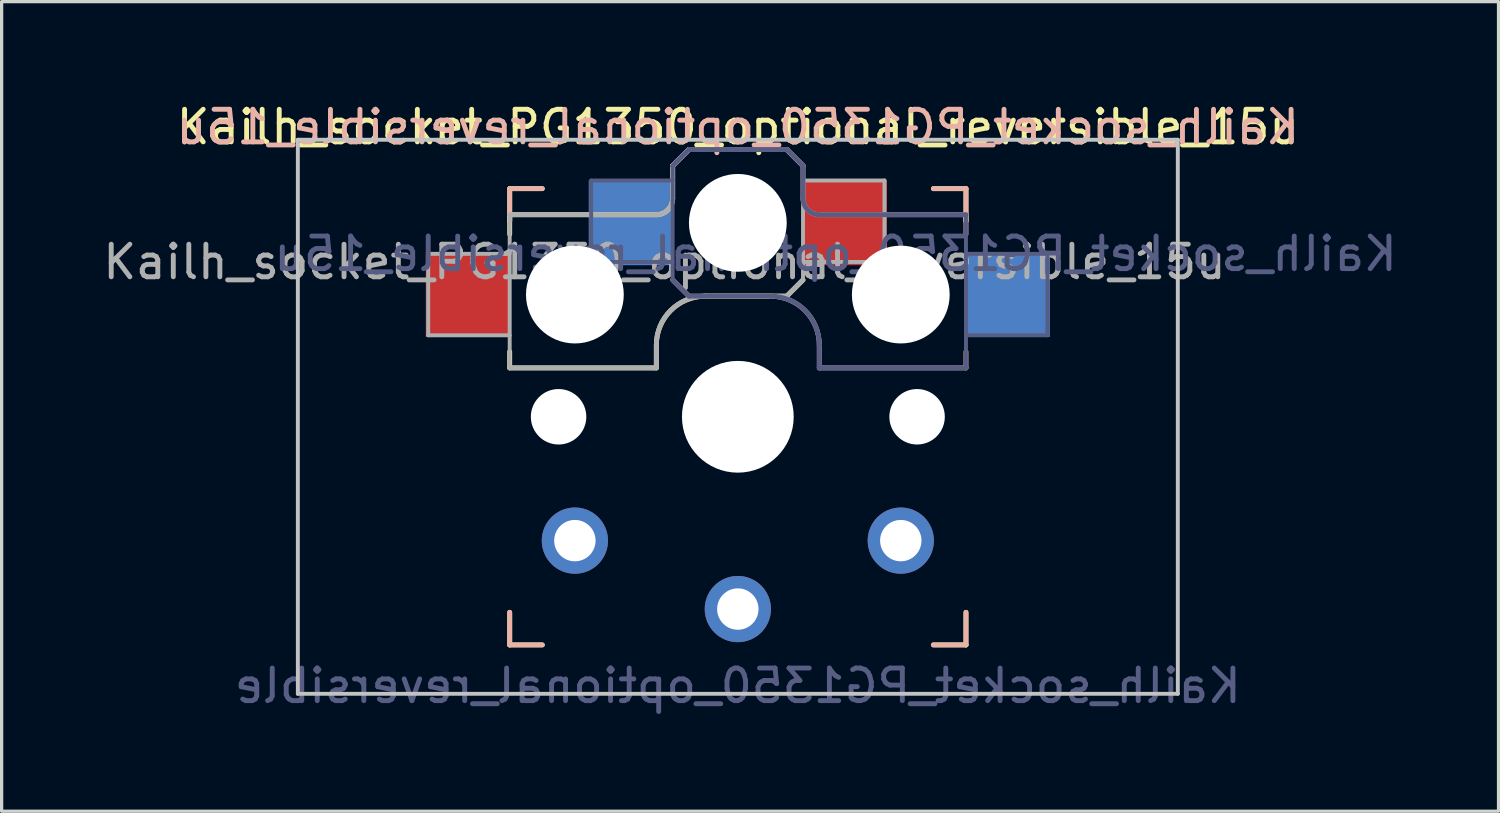
<source format=kicad_pcb>
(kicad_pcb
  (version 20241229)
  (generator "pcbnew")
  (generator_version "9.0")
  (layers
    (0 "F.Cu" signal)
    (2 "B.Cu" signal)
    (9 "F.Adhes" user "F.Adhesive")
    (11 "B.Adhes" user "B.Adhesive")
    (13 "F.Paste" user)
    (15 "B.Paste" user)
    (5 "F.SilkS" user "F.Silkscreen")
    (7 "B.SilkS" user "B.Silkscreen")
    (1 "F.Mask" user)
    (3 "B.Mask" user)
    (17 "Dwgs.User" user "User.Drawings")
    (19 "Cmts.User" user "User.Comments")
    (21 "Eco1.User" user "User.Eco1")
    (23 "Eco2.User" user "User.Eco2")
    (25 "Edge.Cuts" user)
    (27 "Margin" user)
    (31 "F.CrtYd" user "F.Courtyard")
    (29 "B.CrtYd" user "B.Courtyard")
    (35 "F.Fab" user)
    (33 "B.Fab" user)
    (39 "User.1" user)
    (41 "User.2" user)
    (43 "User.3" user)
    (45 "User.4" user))
  (footprint "Kailh_socket_PG1350_optional_reversible_15u"
    (layer "F.Cu")
    (at 19.589 9.738)
    (property "Reference" "Kailh_socket_PG1350_optional_reversible_15u" (at 0 -8.89 0) (layer "F.SilkS") (effects (font (size 1 1) (thickness 0.15))))
    (property "Value" "Kailh_socket_PG1350_optional_reversible" (at 0 8.255 0) (layer "F.Fab") (hide yes) (effects (font (size 1 1) (thickness 0.15))))
    (attr through_hole)
    (fp_line (start -7 -7) (end -6 -7) (stroke (width 0.15) (type solid)) (layer "F.SilkS"))
    (fp_line (start -7 -6.2) (end -2.5 -6.2) (stroke (width 0.15) (type solid)) (layer "F.SilkS"))
    (fp_line (start -7 -6) (end -7 -7) (stroke (width 0.15) (type solid)) (layer "F.SilkS"))
    (fp_line (start -7 -5.6) (end -7 -6.2) (stroke (width 0.15) (type solid)) (layer "F.SilkS"))
    (fp_line (start -7 -1.5) (end -7 -2) (stroke (width 0.15) (type solid)) (layer "F.SilkS"))
    (fp_line (start -7 7) (end -7 6) (stroke (width 0.15) (type solid)) (layer "F.SilkS"))
    (fp_line (start -6 7) (end -7 7) (stroke (width 0.15) (type solid)) (layer "F.SilkS"))
    (fp_line (start -2.5 -2.2) (end -2.5 -1.5) (stroke (width 0.15) (type solid)) (layer "F.SilkS"))
    (fp_line (start -2.5 -1.5) (end -7 -1.5) (stroke (width 0.15) (type solid)) (layer "F.SilkS"))
    (fp_line (start -2 -6.7) (end -2 -7.7) (stroke (width 0.15) (type solid)) (layer "F.SilkS"))
    (fp_line (start -1.5 -8.2) (end -2 -7.7) (stroke (width 0.15) (type solid)) (layer "F.SilkS"))
    (fp_line (start 1.5 -8.2) (end -1.5 -8.2) (stroke (width 0.15) (type solid)) (layer "F.SilkS"))
    (fp_line (start 1.5 -3.7) (end -1 -3.7) (stroke (width 0.15) (type solid)) (layer "F.SilkS"))
    (fp_line (start 2 -7.7) (end 1.5 -8.2) (stroke (width 0.15) (type solid)) (layer "F.SilkS"))
    (fp_line (start 2 -4.2) (end 1.5 -3.7) (stroke (width 0.15) (type solid)) (layer "F.SilkS"))
    (fp_line (start 6 -7) (end 7 -7) (stroke (width 0.15) (type solid)) (layer "F.SilkS"))
    (fp_line (start 7 -7) (end 7 -6) (stroke (width 0.15) (type solid)) (layer "F.SilkS"))
    (fp_line (start 7 6) (end 7 7) (stroke (width 0.15) (type solid)) (layer "F.SilkS"))
    (fp_line (start 7 7) (end 6 7) (stroke (width 0.15) (type solid)) (layer "F.SilkS"))
    (fp_arc (start -2.5 -2.2) (mid -2.06066 -3.26066) (end -1 -3.7) (stroke (width 0.15) (type solid)) (layer "F.SilkS"))
    (fp_arc (start -2 -6.7) (mid -2.146447 -6.346447) (end -2.5 -6.2) (stroke (width 0.15) (type solid)) (layer "F.SilkS"))
    (fp_line (start -7 -7) (end -6 -7) (stroke (width 0.15) (type solid)) (layer "B.SilkS"))
    (fp_line (start -7 -6) (end -7 -7) (stroke (width 0.15) (type solid)) (layer "B.SilkS"))
    (fp_line (start -7 7) (end -7 6) (stroke (width 0.15) (type solid)) (layer "B.SilkS"))
    (fp_line (start -6 7) (end -7 7) (stroke (width 0.15) (type solid)) (layer "B.SilkS"))
    (fp_line (start -2 -7.7) (end -1.5 -8.2) (stroke (width 0.15) (type solid)) (layer "B.SilkS"))
    (fp_line (start -2 -4.2) (end -1.5 -3.7) (stroke (width 0.15) (type solid)) (layer "B.SilkS"))
    (fp_line (start -1.5 -8.2) (end 1.5 -8.2) (stroke (width 0.15) (type solid)) (layer "B.SilkS"))
    (fp_line (start -1.5 -3.7) (end 1 -3.7) (stroke (width 0.15) (type solid)) (layer "B.SilkS"))
    (fp_line (start 1.5 -8.2) (end 2 -7.7) (stroke (width 0.15) (type solid)) (layer "B.SilkS"))
    (fp_line (start 2 -6.7) (end 2 -7.7) (stroke (width 0.15) (type solid)) (layer "B.SilkS"))
    (fp_line (start 2.5 -2.2) (end 2.5 -1.5) (stroke (width 0.15) (type solid)) (layer "B.SilkS"))
    (fp_line (start 2.5 -1.5) (end 7 -1.5) (stroke (width 0.15) (type solid)) (layer "B.SilkS"))
    (fp_line (start 6 -7) (end 7 -7) (stroke (width 0.15) (type solid)) (layer "B.SilkS"))
    (fp_line (start 7 -7) (end 7 -6) (stroke (width 0.15) (type solid)) (layer "B.SilkS"))
    (fp_line (start 7 -6.2) (end 2.5 -6.2) (stroke (width 0.15) (type solid)) (layer "B.SilkS"))
    (fp_line (start 7 -5.6) (end 7 -6.2) (stroke (width 0.15) (type solid)) (layer "B.SilkS"))
    (fp_line (start 7 -1.5) (end 7 -2) (stroke (width 0.15) (type solid)) (layer "B.SilkS"))
    (fp_line (start 7 6) (end 7 7) (stroke (width 0.15) (type solid)) (layer "B.SilkS"))
    (fp_line (start 7 7) (end 6 7) (stroke (width 0.15) (type solid)) (layer "B.SilkS"))
    (fp_arc (start 1 -3.7) (mid 2.06066 -3.26066) (end 2.5 -2.2) (stroke (width 0.15) (type solid)) (layer "B.SilkS"))
    (fp_arc (start 2.5 -6.2) (mid 2.146447 -6.346447) (end 2 -6.7) (stroke (width 0.15) (type solid)) (layer "B.SilkS"))
    (fp_line (start -13.5 -8.5) (end -13.5 8.5) (stroke (width 0.12) (type solid)) (layer "Dwgs.User"))
    (fp_line (start -13.5 -8.5) (end 13.5 -8.5) (stroke (width 0.12) (type solid)) (layer "Dwgs.User"))
    (fp_line (start 13.5 -8.5) (end 13.5 8.5) (stroke (width 0.12) (type solid)) (layer "Dwgs.User"))
    (fp_line (start 13.5 8.5) (end -13.5 8.5) (stroke (width 0.12) (type solid)) (layer "Dwgs.User"))
    (fp_line (start -2.6 -3.1) (end -2.6 -6.3) (stroke (width 0.15) (type solid)) (layer "Eco2.User"))
    (fp_line (start -2.6 -3.1) (end 2.6 -3.1) (stroke (width 0.15) (type solid)) (layer "Eco2.User"))
    (fp_line (start 2.6 -6.3) (end -2.6 -6.3) (stroke (width 0.15) (type solid)) (layer "Eco2.User"))
    (fp_line (start 2.6 -3.1) (end 2.6 -6.3) (stroke (width 0.15) (type solid)) (layer "Eco2.User"))
    (fp_line (start -4.5 -7.25) (end -2 -7.25) (stroke (width 0.12) (type solid)) (layer "B.Fab"))
    (fp_line (start -4.5 -4.75) (end -4.5 -7.25) (stroke (width 0.12) (type solid)) (layer "B.Fab"))
    (fp_line (start -2 -7.7) (end -1.5 -8.2) (stroke (width 0.15) (type solid)) (layer "B.Fab"))
    (fp_line (start -2 -4.75) (end -4.5 -4.75) (stroke (width 0.12) (type solid)) (layer "B.Fab"))
    (fp_line (start -2 -4.25) (end -2 -7.7) (stroke (width 0.12) (type solid)) (layer "B.Fab"))
    (fp_line (start -2 -4.2) (end -1.5 -3.7) (stroke (width 0.15) (type solid)) (layer "B.Fab"))
    (fp_line (start -1.5 -8.2) (end 1.5 -8.2) (stroke (width 0.15) (type solid)) (layer "B.Fab"))
    (fp_line (start -1.5 -3.7) (end 1 -3.7) (stroke (width 0.15) (type solid)) (layer "B.Fab"))
    (fp_line (start 1.5 -8.2) (end 2 -7.7) (stroke (width 0.15) (type solid)) (layer "B.Fab"))
    (fp_line (start 2 -6.7) (end 2 -7.7) (stroke (width 0.15) (type solid)) (layer "B.Fab"))
    (fp_line (start 2.5 -2.2) (end 2.5 -1.5) (stroke (width 0.15) (type solid)) (layer "B.Fab"))
    (fp_line (start 2.5 -1.5) (end 7 -1.5) (stroke (width 0.15) (type solid)) (layer "B.Fab"))
    (fp_line (start 7 -6.2) (end 2.5 -6.2) (stroke (width 0.15) (type solid)) (layer "B.Fab"))
    (fp_line (start 7 -5) (end 9.5 -5) (stroke (width 0.12) (type solid)) (layer "B.Fab"))
    (fp_line (start 7 -1.5) (end 7 -6.2) (stroke (width 0.12) (type solid)) (layer "B.Fab"))
    (fp_line (start 9.5 -5) (end 9.5 -2.5) (stroke (width 0.12) (type solid)) (layer "B.Fab"))
    (fp_line (start 9.5 -2.5) (end 7 -2.5) (stroke (width 0.12) (type solid)) (layer "B.Fab"))
    (fp_arc (start 1 -3.7) (mid 2.06066 -3.26066) (end 2.5 -2.2) (stroke (width 0.15) (type solid)) (layer "B.Fab"))
    (fp_arc (start 2.5 -6.2) (mid 2.146447 -6.346447) (end 2 -6.7) (stroke (width 0.15) (type solid)) (layer "B.Fab"))
    (fp_line (start -9.5 -5) (end -9.5 -2.5) (stroke (width 0.12) (type solid)) (layer "F.Fab"))
    (fp_line (start -9.5 -2.5) (end -7 -2.5) (stroke (width 0.12) (type solid)) (layer "F.Fab"))
    (fp_line (start -7 -6.2) (end -2.5 -6.2) (stroke (width 0.15) (type solid)) (layer "F.Fab"))
    (fp_line (start -7 -5) (end -9.5 -5) (stroke (width 0.12) (type solid)) (layer "F.Fab"))
    (fp_line (start -7 -1.5) (end -7 -6.2) (stroke (width 0.12) (type solid)) (layer "F.Fab"))
    (fp_line (start -2.5 -2.2) (end -2.5 -1.5) (stroke (width 0.15) (type solid)) (layer "F.Fab"))
    (fp_line (start -2.5 -1.5) (end -7 -1.5) (stroke (width 0.15) (type solid)) (layer "F.Fab"))
    (fp_line (start -2 -6.7) (end -2 -7.7) (stroke (width 0.15) (type solid)) (layer "F.Fab"))
    (fp_line (start -1.5 -8.2) (end -2 -7.7) (stroke (width 0.15) (type solid)) (layer "F.Fab"))
    (fp_line (start 1.5 -8.2) (end -1.5 -8.2) (stroke (width 0.15) (type solid)) (layer "F.Fab"))
    (fp_line (start 1.5 -3.7) (end -1 -3.7) (stroke (width 0.15) (type solid)) (layer "F.Fab"))
    (fp_line (start 2 -7.7) (end 1.5 -8.2) (stroke (width 0.15) (type solid)) (layer "F.Fab"))
    (fp_line (start 2 -4.75) (end 4.5 -4.75) (stroke (width 0.12) (type solid)) (layer "F.Fab"))
    (fp_line (start 2 -4.25) (end 2 -7.7) (stroke (width 0.12) (type solid)) (layer "F.Fab"))
    (fp_line (start 2 -4.2) (end 1.5 -3.7) (stroke (width 0.15) (type solid)) (layer "F.Fab"))
    (fp_line (start 4.5 -7.25) (end 2 -7.25) (stroke (width 0.12) (type solid)) (layer "F.Fab"))
    (fp_line (start 4.5 -4.75) (end 4.5 -7.25) (stroke (width 0.12) (type solid)) (layer "F.Fab"))
    (fp_arc (start -2.5 -2.2) (mid -2.06066 -3.26066) (end -1 -3.7) (stroke (width 0.15) (type solid)) (layer "F.Fab"))
    (fp_arc (start -2 -6.7) (mid -2.146447 -6.346447) (end -2.5 -6.2) (stroke (width 0.15) (type solid)) (layer "F.Fab"))
    (fp_text user "${REFERENCE}" (at 0 -8.89 0) (layer "B.SilkS") (effects (font (size 1 1) (thickness 0.15)) (justify mirror)))
    (fp_text user "${VALUE}" (at 0 8.255 0) (layer "B.Fab") (effects (font (size 1 1) (thickness 0.15)) (justify mirror)))
    (fp_text user "${REFERENCE}" (at 3 -5 180) (layer "B.Fab") (effects (font (size 1 1) (thickness 0.15)) (justify mirror)))
    (fp_text user "${REFERENCE}" (at -2.25 -4.75 0) (layer "F.Fab") (effects (font (size 1 1) (thickness 0.15))))
    (pad "" np_thru_hole circle (at -5.5 0) (size 1.702 1.702) (drill 1.702) (layers "*.Cu" "*.Mask"))
    (pad "" np_thru_hole circle (at -5 -3.75) (size 3 3) (drill 3) (layers "*.Cu" "*.Mask"))
    (pad "" np_thru_hole circle (at 0 -5.95) (size 3 3) (drill 3) (layers "*.Cu" "*.Mask"))
    (pad "" np_thru_hole circle (at 0 0) (size 3.429 3.429) (drill 3.429) (layers "*.Cu" "*.Mask"))
    (pad "" np_thru_hole circle (at 5 -3.75) (size 3 3) (drill 3) (layers "*.Cu" "*.Mask"))
    (pad "" np_thru_hole circle (at 5.5 0) (size 1.702 1.702) (drill 1.702) (layers "*.Cu" "*.Mask"))
    (pad "1" smd rect (at -3.275 -5.95) (size 2.6 2.6) (layers "B.Cu" "B.Mask" "B.Paste"))
    (pad "1" thru_hole circle (at 0 5.9) (size 2.032 2.032) (drill 1.27) (layers "*.Cu" "*.Mask"))
    (pad "1" smd rect (at 3.275 -5.95) (size 2.6 2.6) (layers "F.Cu" "F.Mask" "F.Paste"))
    (pad "2" smd rect (at -8.275 -3.75) (size 2.6 2.6) (layers "F.Cu" "F.Mask" "F.Paste"))
    (pad "2" thru_hole circle (at -5 3.8) (size 2.032 2.032) (drill 1.27) (layers "*.Cu" "*.Mask"))
    (pad "2" thru_hole circle (at 5 3.8) (size 2.032 2.032) (drill 1.27) (layers "*.Cu" "*.Mask"))
    (pad "2" smd rect (at 8.275 -3.75) (size 2.6 2.6) (layers "B.Cu" "B.Mask" "B.Paste")))
  (gr_rect
    (start -3 -3)
    (end 42.929 21.841)
    (stroke (width 0.1) (type default))
    (fill no)
    (layer "Edge.Cuts")))
</source>
